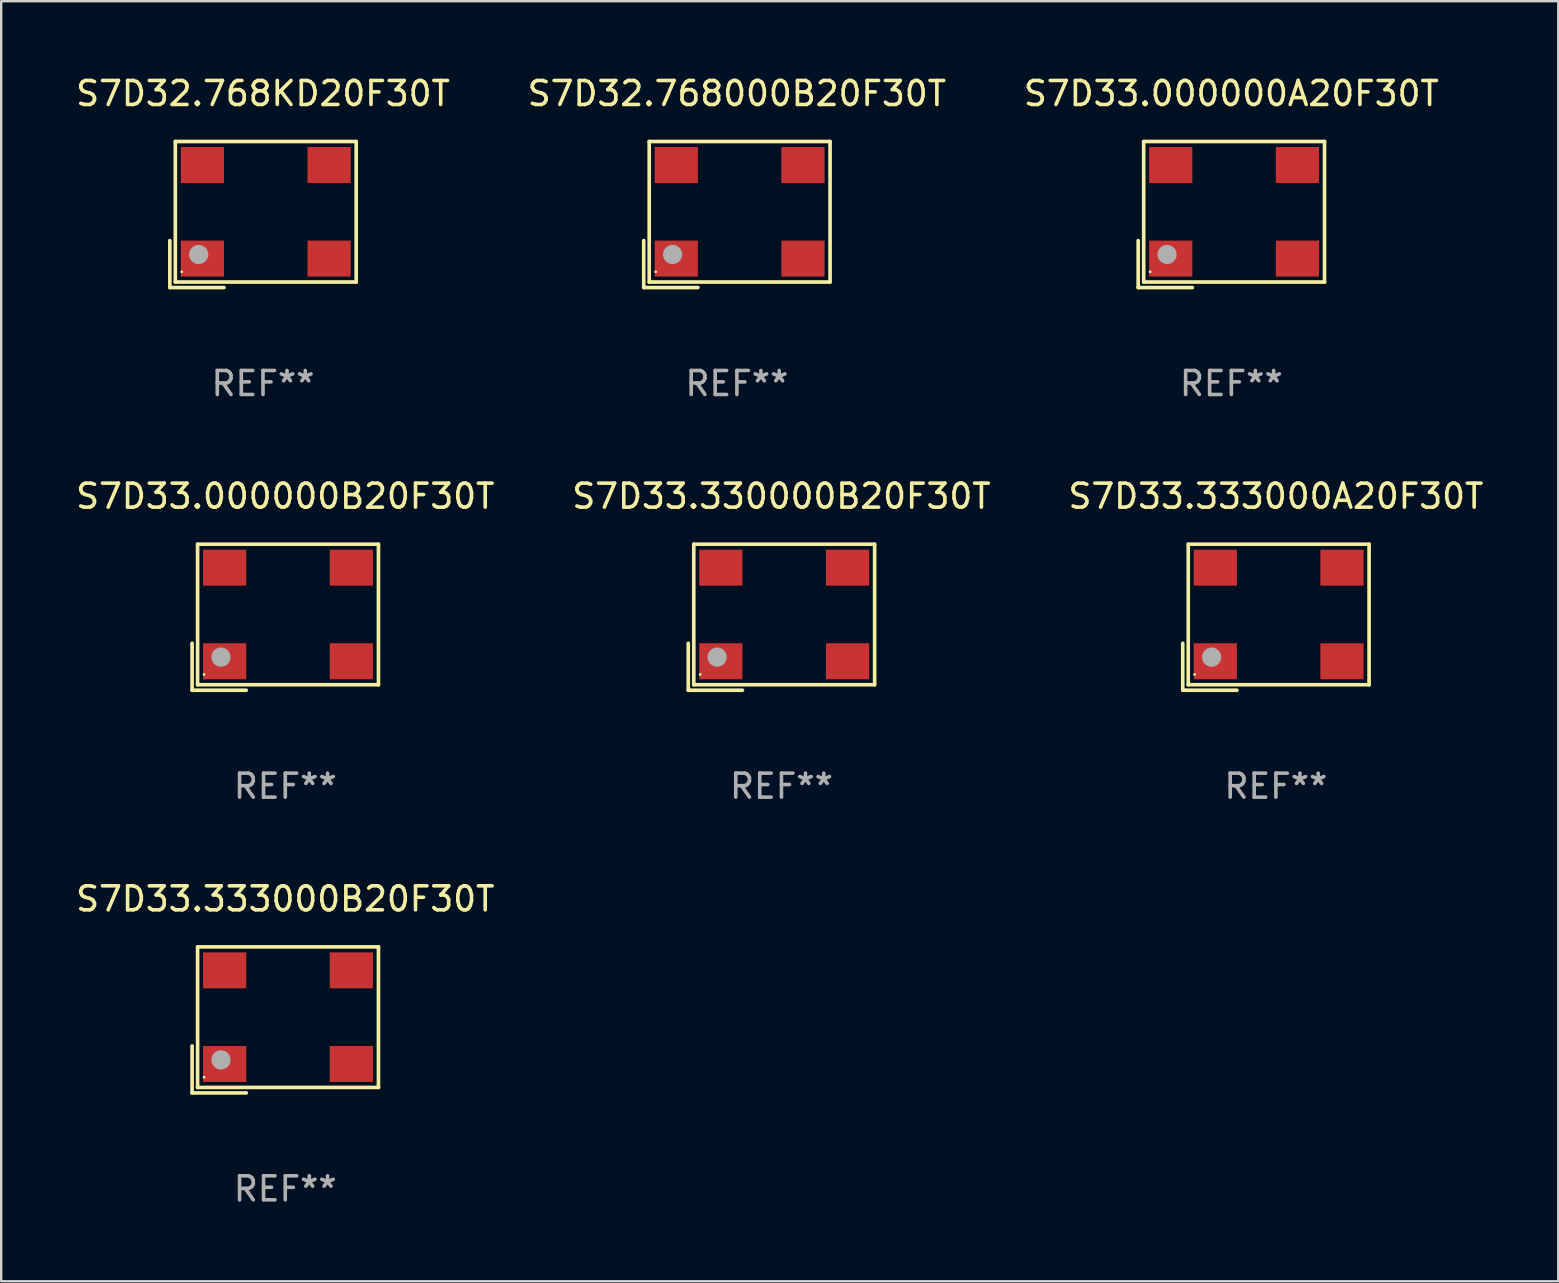
<source format=kicad_pcb>
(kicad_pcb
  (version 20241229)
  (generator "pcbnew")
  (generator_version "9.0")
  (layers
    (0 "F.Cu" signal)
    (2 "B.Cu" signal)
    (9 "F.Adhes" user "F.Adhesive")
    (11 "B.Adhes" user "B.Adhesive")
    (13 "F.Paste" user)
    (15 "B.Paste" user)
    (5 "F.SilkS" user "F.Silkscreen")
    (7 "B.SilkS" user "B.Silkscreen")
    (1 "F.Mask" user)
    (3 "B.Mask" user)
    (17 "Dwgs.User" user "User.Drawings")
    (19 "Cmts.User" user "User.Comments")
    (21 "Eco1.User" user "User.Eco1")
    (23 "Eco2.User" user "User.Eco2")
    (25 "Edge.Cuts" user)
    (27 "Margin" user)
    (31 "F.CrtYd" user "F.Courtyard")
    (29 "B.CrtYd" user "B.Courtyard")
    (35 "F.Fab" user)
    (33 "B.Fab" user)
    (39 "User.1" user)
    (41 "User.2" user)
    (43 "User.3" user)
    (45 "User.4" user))
  (footprint "S7D33.333000A20F30T"
    (layer "F.Cu")
    (at 50.125 22.673)
    (property "Reference" "S7D33.333000A20F30T" (at 0 -5.043 0) (layer "F.SilkS") (effects (font (size 1 1) (thickness 0.15))))
    (attr through_hole)
    (fp_line (start -3.883 1.086) (end -3.883 3.043) (stroke (width 0.152) (type solid)) (layer "F.SilkS"))
    (fp_line (start -3.883 3.043) (end -1.626 3.043) (stroke (width 0.152) (type solid)) (layer "F.SilkS"))
    (fp_line (start -3.654 -3.043) (end 3.883 -3.043) (stroke (width 0.152) (type solid)) (layer "F.SilkS"))
    (fp_line (start -3.654 2.814) (end -3.654 -3.043) (stroke (width 0.152) (type solid)) (layer "F.SilkS"))
    (fp_line (start 3.883 -3.043) (end 3.883 2.814) (stroke (width 0.152) (type solid)) (layer "F.SilkS"))
    (fp_line (start 3.883 2.814) (end -3.654 2.814) (stroke (width 0.152) (type solid)) (layer "F.SilkS"))
    (fp_circle (center -3.386 2.386) (end -3.356 2.386) (stroke (width 0.06) (type solid)) (fill no) (layer "F.SilkS"))
    (fp_circle (center -2.68 1.664) (end -2.48 1.664) (stroke (width 0.4) (type solid)) (fill no) (layer "F.Fab"))
    (fp_text user "REF**" (at 0 7.043 0) (layer "F.Fab") (effects (font (size 1 1) (thickness 0.15))))
    (pad "1" smd rect (at -2.526 1.836) (size 1.8 1.5) (layers "F.Cu" "F.Mask" "F.Paste"))
    (pad "2" smd rect (at 2.754 1.836) (size 1.8 1.5) (layers "F.Cu" "F.Mask" "F.Paste"))
    (pad "3" smd rect (at 2.754 -2.064) (size 1.8 1.5) (layers "F.Cu" "F.Mask" "F.Paste"))
    (pad "4" smd rect (at -2.526 -2.064) (size 1.8 1.5) (layers "F.Cu" "F.Mask" "F.Paste")))
  (footprint "S7D32.768KD20F30T"
    (layer "F.Cu")
    (at 7.911 5.891)
    (property "Reference" "S7D32.768KD20F30T" (at 0 -5.043 0) (layer "F.SilkS") (effects (font (size 1 1) (thickness 0.15))))
    (attr through_hole)
    (fp_line (start -3.883 1.086) (end -3.883 3.043) (stroke (width 0.152) (type solid)) (layer "F.SilkS"))
    (fp_line (start -3.883 3.043) (end -1.626 3.043) (stroke (width 0.152) (type solid)) (layer "F.SilkS"))
    (fp_line (start -3.654 -3.043) (end 3.883 -3.043) (stroke (width 0.152) (type solid)) (layer "F.SilkS"))
    (fp_line (start -3.654 2.814) (end -3.654 -3.043) (stroke (width 0.152) (type solid)) (layer "F.SilkS"))
    (fp_line (start 3.883 -3.043) (end 3.883 2.814) (stroke (width 0.152) (type solid)) (layer "F.SilkS"))
    (fp_line (start 3.883 2.814) (end -3.654 2.814) (stroke (width 0.152) (type solid)) (layer "F.SilkS"))
    (fp_circle (center -3.386 2.386) (end -3.356 2.386) (stroke (width 0.06) (type solid)) (fill no) (layer "F.SilkS"))
    (fp_circle (center -2.68 1.664) (end -2.48 1.664) (stroke (width 0.4) (type solid)) (fill no) (layer "F.Fab"))
    (fp_text user "REF**" (at 0 7.043 0) (layer "F.Fab") (effects (font (size 1 1) (thickness 0.15))))
    (pad "1" smd rect (at -2.526 1.836) (size 1.8 1.5) (layers "F.Cu" "F.Mask" "F.Paste"))
    (pad "2" smd rect (at 2.754 1.836) (size 1.8 1.5) (layers "F.Cu" "F.Mask" "F.Paste"))
    (pad "3" smd rect (at 2.754 -2.064) (size 1.8 1.5) (layers "F.Cu" "F.Mask" "F.Paste"))
    (pad "4" smd rect (at -2.526 -2.064) (size 1.8 1.5) (layers "F.Cu" "F.Mask" "F.Paste")))
  (footprint "S7D33.000000A20F30T"
    (layer "F.Cu")
    (at 48.268 5.891)
    (property "Reference" "S7D33.000000A20F30T" (at 0 -5.043 0) (layer "F.SilkS") (effects (font (size 1 1) (thickness 0.15))))
    (attr through_hole)
    (fp_line (start -3.883 1.086) (end -3.883 3.043) (stroke (width 0.152) (type solid)) (layer "F.SilkS"))
    (fp_line (start -3.883 3.043) (end -1.626 3.043) (stroke (width 0.152) (type solid)) (layer "F.SilkS"))
    (fp_line (start -3.654 -3.043) (end 3.883 -3.043) (stroke (width 0.152) (type solid)) (layer "F.SilkS"))
    (fp_line (start -3.654 2.814) (end -3.654 -3.043) (stroke (width 0.152) (type solid)) (layer "F.SilkS"))
    (fp_line (start 3.883 -3.043) (end 3.883 2.814) (stroke (width 0.152) (type solid)) (layer "F.SilkS"))
    (fp_line (start 3.883 2.814) (end -3.654 2.814) (stroke (width 0.152) (type solid)) (layer "F.SilkS"))
    (fp_circle (center -3.386 2.386) (end -3.356 2.386) (stroke (width 0.06) (type solid)) (fill no) (layer "F.SilkS"))
    (fp_circle (center -2.68 1.664) (end -2.48 1.664) (stroke (width 0.4) (type solid)) (fill no) (layer "F.Fab"))
    (fp_text user "REF**" (at 0 7.043 0) (layer "F.Fab") (effects (font (size 1 1) (thickness 0.15))))
    (pad "1" smd rect (at -2.526 1.836) (size 1.8 1.5) (layers "F.Cu" "F.Mask" "F.Paste"))
    (pad "2" smd rect (at 2.754 1.836) (size 1.8 1.5) (layers "F.Cu" "F.Mask" "F.Paste"))
    (pad "3" smd rect (at 2.754 -2.064) (size 1.8 1.5) (layers "F.Cu" "F.Mask" "F.Paste"))
    (pad "4" smd rect (at -2.526 -2.064) (size 1.8 1.5) (layers "F.Cu" "F.Mask" "F.Paste")))
  (footprint "S7D33.330000B20F30T"
    (layer "F.Cu")
    (at 29.518 22.673)
    (property "Reference" "S7D33.330000B20F30T" (at 0 -5.043 0) (layer "F.SilkS") (effects (font (size 1 1) (thickness 0.15))))
    (attr through_hole)
    (fp_line (start -3.883 1.086) (end -3.883 3.043) (stroke (width 0.152) (type solid)) (layer "F.SilkS"))
    (fp_line (start -3.883 3.043) (end -1.626 3.043) (stroke (width 0.152) (type solid)) (layer "F.SilkS"))
    (fp_line (start -3.654 -3.043) (end 3.883 -3.043) (stroke (width 0.152) (type solid)) (layer "F.SilkS"))
    (fp_line (start -3.654 2.814) (end -3.654 -3.043) (stroke (width 0.152) (type solid)) (layer "F.SilkS"))
    (fp_line (start 3.883 -3.043) (end 3.883 2.814) (stroke (width 0.152) (type solid)) (layer "F.SilkS"))
    (fp_line (start 3.883 2.814) (end -3.654 2.814) (stroke (width 0.152) (type solid)) (layer "F.SilkS"))
    (fp_circle (center -3.386 2.386) (end -3.356 2.386) (stroke (width 0.06) (type solid)) (fill no) (layer "F.SilkS"))
    (fp_circle (center -2.68 1.664) (end -2.48 1.664) (stroke (width 0.4) (type solid)) (fill no) (layer "F.Fab"))
    (fp_text user "REF**" (at 0 7.043 0) (layer "F.Fab") (effects (font (size 1 1) (thickness 0.15))))
    (pad "1" smd rect (at -2.526 1.836) (size 1.8 1.5) (layers "F.Cu" "F.Mask" "F.Paste"))
    (pad "2" smd rect (at 2.754 1.836) (size 1.8 1.5) (layers "F.Cu" "F.Mask" "F.Paste"))
    (pad "3" smd rect (at 2.754 -2.064) (size 1.8 1.5) (layers "F.Cu" "F.Mask" "F.Paste"))
    (pad "4" smd rect (at -2.526 -2.064) (size 1.8 1.5) (layers "F.Cu" "F.Mask" "F.Paste")))
  (footprint "S7D32.768000B20F30T"
    (layer "F.Cu")
    (at 27.661 5.891)
    (property "Reference" "S7D32.768000B20F30T" (at 0 -5.043 0) (layer "F.SilkS") (effects (font (size 1 1) (thickness 0.15))))
    (attr through_hole)
    (fp_line (start -3.883 1.086) (end -3.883 3.043) (stroke (width 0.152) (type solid)) (layer "F.SilkS"))
    (fp_line (start -3.883 3.043) (end -1.626 3.043) (stroke (width 0.152) (type solid)) (layer "F.SilkS"))
    (fp_line (start -3.654 -3.043) (end 3.883 -3.043) (stroke (width 0.152) (type solid)) (layer "F.SilkS"))
    (fp_line (start -3.654 2.814) (end -3.654 -3.043) (stroke (width 0.152) (type solid)) (layer "F.SilkS"))
    (fp_line (start 3.883 -3.043) (end 3.883 2.814) (stroke (width 0.152) (type solid)) (layer "F.SilkS"))
    (fp_line (start 3.883 2.814) (end -3.654 2.814) (stroke (width 0.152) (type solid)) (layer "F.SilkS"))
    (fp_circle (center -3.386 2.386) (end -3.356 2.386) (stroke (width 0.06) (type solid)) (fill no) (layer "F.SilkS"))
    (fp_circle (center -2.68 1.664) (end -2.48 1.664) (stroke (width 0.4) (type solid)) (fill no) (layer "F.Fab"))
    (fp_text user "REF**" (at 0 7.043 0) (layer "F.Fab") (effects (font (size 1 1) (thickness 0.15))))
    (pad "1" smd rect (at -2.526 1.836) (size 1.8 1.5) (layers "F.Cu" "F.Mask" "F.Paste"))
    (pad "2" smd rect (at 2.754 1.836) (size 1.8 1.5) (layers "F.Cu" "F.Mask" "F.Paste"))
    (pad "3" smd rect (at 2.754 -2.064) (size 1.8 1.5) (layers "F.Cu" "F.Mask" "F.Paste"))
    (pad "4" smd rect (at -2.526 -2.064) (size 1.8 1.5) (layers "F.Cu" "F.Mask" "F.Paste")))
  (footprint "S7D33.333000B20F30T"
    (layer "F.Cu")
    (at 8.839 39.456)
    (property "Reference" "S7D33.333000B20F30T" (at 0 -5.043 0) (layer "F.SilkS") (effects (font (size 1 1) (thickness 0.15))))
    (attr through_hole)
    (fp_line (start -3.883 1.086) (end -3.883 3.043) (stroke (width 0.152) (type solid)) (layer "F.SilkS"))
    (fp_line (start -3.883 3.043) (end -1.626 3.043) (stroke (width 0.152) (type solid)) (layer "F.SilkS"))
    (fp_line (start -3.654 -3.043) (end 3.883 -3.043) (stroke (width 0.152) (type solid)) (layer "F.SilkS"))
    (fp_line (start -3.654 2.814) (end -3.654 -3.043) (stroke (width 0.152) (type solid)) (layer "F.SilkS"))
    (fp_line (start 3.883 -3.043) (end 3.883 2.814) (stroke (width 0.152) (type solid)) (layer "F.SilkS"))
    (fp_line (start 3.883 2.814) (end -3.654 2.814) (stroke (width 0.152) (type solid)) (layer "F.SilkS"))
    (fp_circle (center -3.386 2.386) (end -3.356 2.386) (stroke (width 0.06) (type solid)) (fill no) (layer "F.SilkS"))
    (fp_circle (center -2.68 1.664) (end -2.48 1.664) (stroke (width 0.4) (type solid)) (fill no) (layer "F.Fab"))
    (fp_text user "REF**" (at 0 7.043 0) (layer "F.Fab") (effects (font (size 1 1) (thickness 0.15))))
    (pad "1" smd rect (at -2.526 1.836) (size 1.8 1.5) (layers "F.Cu" "F.Mask" "F.Paste"))
    (pad "2" smd rect (at 2.754 1.836) (size 1.8 1.5) (layers "F.Cu" "F.Mask" "F.Paste"))
    (pad "3" smd rect (at 2.754 -2.064) (size 1.8 1.5) (layers "F.Cu" "F.Mask" "F.Paste"))
    (pad "4" smd rect (at -2.526 -2.064) (size 1.8 1.5) (layers "F.Cu" "F.Mask" "F.Paste")))
  (footprint "S7D33.000000B20F30T"
    (layer "F.Cu")
    (at 8.839 22.673)
    (property "Reference" "S7D33.000000B20F30T" (at 0 -5.043 0) (layer "F.SilkS") (effects (font (size 1 1) (thickness 0.15))))
    (attr through_hole)
    (fp_line (start -3.883 1.086) (end -3.883 3.043) (stroke (width 0.152) (type solid)) (layer "F.SilkS"))
    (fp_line (start -3.883 3.043) (end -1.626 3.043) (stroke (width 0.152) (type solid)) (layer "F.SilkS"))
    (fp_line (start -3.654 -3.043) (end 3.883 -3.043) (stroke (width 0.152) (type solid)) (layer "F.SilkS"))
    (fp_line (start -3.654 2.814) (end -3.654 -3.043) (stroke (width 0.152) (type solid)) (layer "F.SilkS"))
    (fp_line (start 3.883 -3.043) (end 3.883 2.814) (stroke (width 0.152) (type solid)) (layer "F.SilkS"))
    (fp_line (start 3.883 2.814) (end -3.654 2.814) (stroke (width 0.152) (type solid)) (layer "F.SilkS"))
    (fp_circle (center -3.386 2.386) (end -3.356 2.386) (stroke (width 0.06) (type solid)) (fill no) (layer "F.SilkS"))
    (fp_circle (center -2.68 1.664) (end -2.48 1.664) (stroke (width 0.4) (type solid)) (fill no) (layer "F.Fab"))
    (fp_text user "REF**" (at 0 7.043 0) (layer "F.Fab") (effects (font (size 1 1) (thickness 0.15))))
    (pad "1" smd rect (at -2.526 1.836) (size 1.8 1.5) (layers "F.Cu" "F.Mask" "F.Paste"))
    (pad "2" smd rect (at 2.754 1.836) (size 1.8 1.5) (layers "F.Cu" "F.Mask" "F.Paste"))
    (pad "3" smd rect (at 2.754 -2.064) (size 1.8 1.5) (layers "F.Cu" "F.Mask" "F.Paste"))
    (pad "4" smd rect (at -2.526 -2.064) (size 1.8 1.5) (layers "F.Cu" "F.Mask" "F.Paste")))
  (gr_rect
    (start -3 -3)
    (end 61.893 50.347)
    (stroke (width 0.1) (type default))
    (fill no)
    (layer "Edge.Cuts")))
</source>
